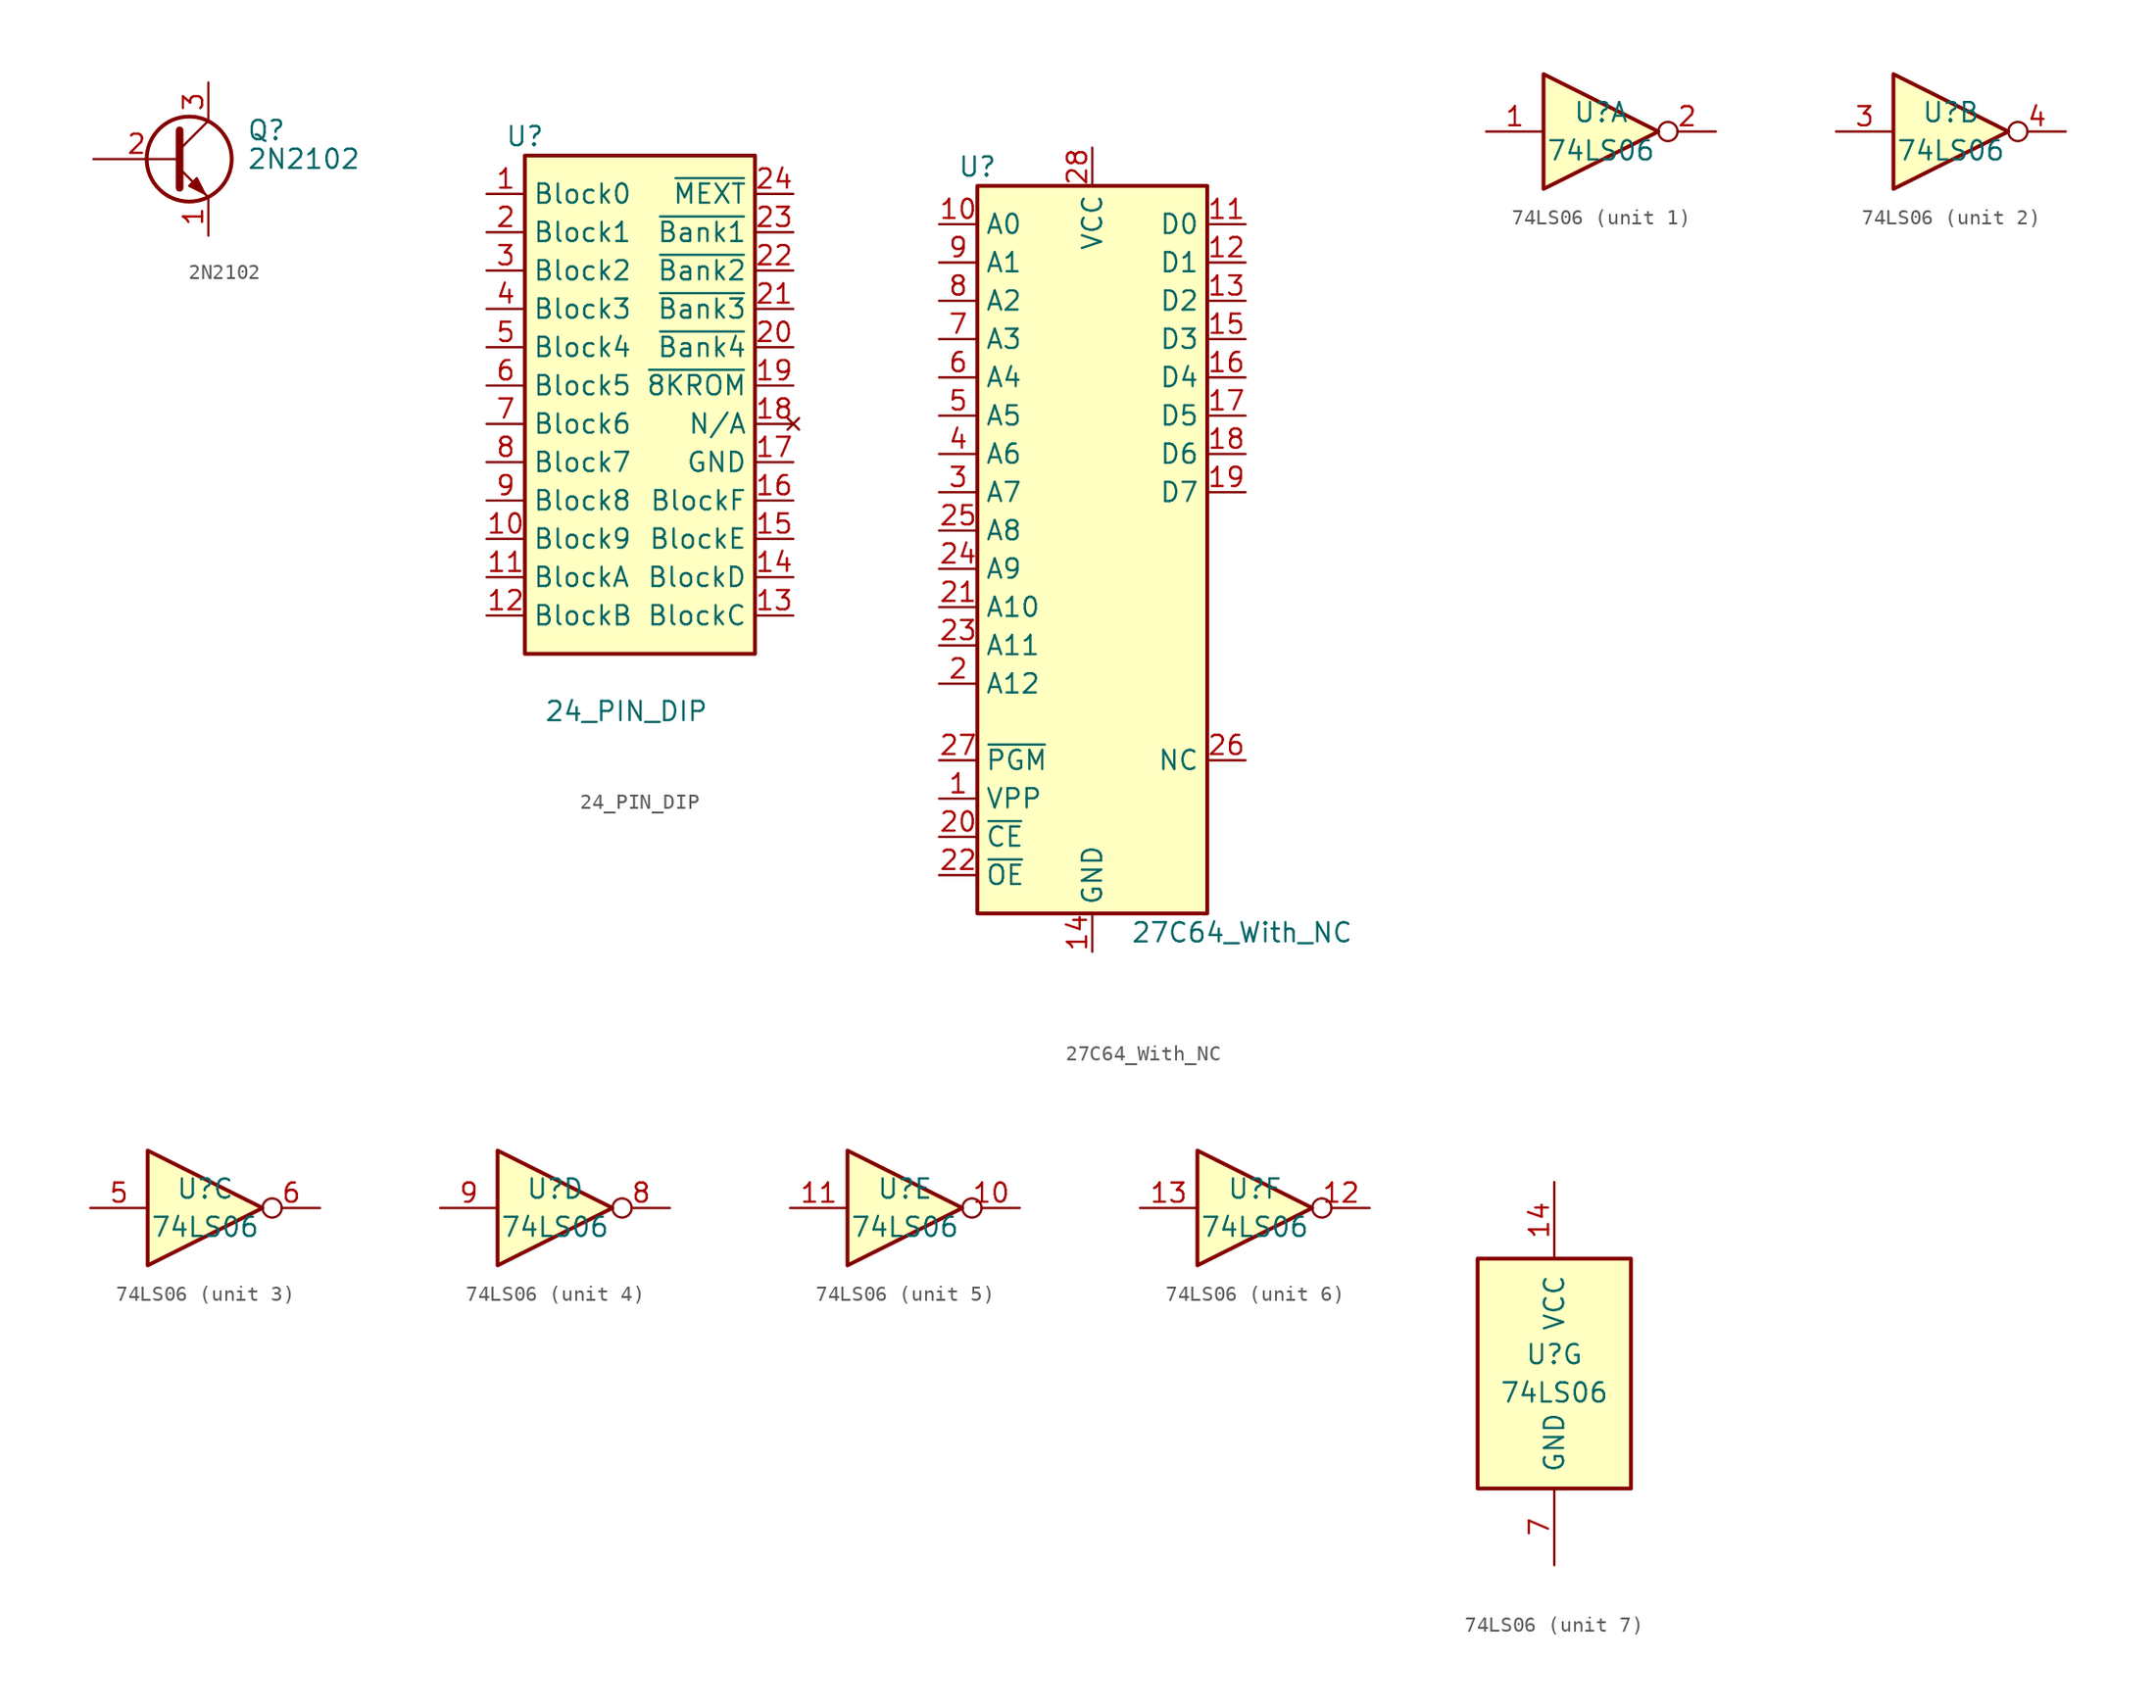
<source format=kicad_sym>
(kicad_symbol_lib
  (version 20220914)
  (generator kicad_symbol_editor)
  (symbol "2N2102"
    (pin_names
      (offset 0) hide)
    (property "Reference" "Q"
      (at 5.08 1.905 0)
      (effects (font (size 1.27 1.27)) (justify left)))
    (property "Value" "2N2102"
      (at 5.08 0 0)
      (effects (font (size 1.27 1.27)) (justify left)))
    (symbol "2N2102_0_1"
      (polyline (pts (xy 0.635 0.635) (xy 2.54 2.54)) (stroke (width 0) (type default)) (fill (type none)))
      (polyline (pts (xy 0.635 -0.635) (xy 2.54 -2.54) (xy 2.54 -2.54)) (stroke (width 0) (type default)) (fill (type none)))
      (polyline (pts (xy 0.635 1.905) (xy 0.635 -1.905) (xy 0.635 -1.905)) (stroke (width 0.508) (type default)) (fill (type none)))
      (polyline (pts (xy 1.27 -1.778) (xy 1.778 -1.27) (xy 2.286 -2.286) (xy 1.27 -1.778) (xy 1.27 -1.778)) (stroke (width 0) (type default)) (fill (type outline)))
      (circle (center 1.27 0) (radius 2.819) (stroke (width 0.254) (type default)) (fill (type none))))
    (symbol "2N2102_1_1"
      (pin passive line (at 2.54 -5.08 90) (length 2.54) (name "E" (effects (font (size 1.27 1.27)))) (number "1" (effects (font (size 1.27 1.27)))))
      (pin passive line (at -5.08 0 0) (length 5.715) (name "B" (effects (font (size 1.27 1.27)))) (number "2" (effects (font (size 1.27 1.27)))))
      (pin passive line (at 2.54 5.08 270) (length 2.54) (name "C" (effects (font (size 1.27 1.27)))) (number "3" (effects (font (size 1.27 1.27)))))))
  (symbol "24_PIN_DIP"
    (property "Reference" "U"
      (at -7.62 17.78 0)
      (effects (font (size 1.27 1.27))))
    (property "Value" "24_PIN_DIP"
      (at -6.35 -20.32 0)
      (effects (font (size 1.27 1.27)) (justify left)))
    (symbol "24_PIN_DIP_1_1"
      (rectangle (start -7.62 16.51) (end 7.62 -16.51) (stroke (width 0.254) (type default)) (fill (type background)))
      (pin input line (at -10.16 13.97 0) (length 2.54) (name "Block0" (effects (font (size 1.27 1.27)))) (number "1" (effects (font (size 1.27 1.27)))))
      (pin input line (at -10.16 -8.89 0) (length 2.54) (name "Block9" (effects (font (size 1.27 1.27)))) (number "10" (effects (font (size 1.27 1.27)))))
      (pin input line (at -10.16 -11.43 0) (length 2.54) (name "BlockA" (effects (font (size 1.27 1.27)))) (number "11" (effects (font (size 1.27 1.27)))))
      (pin input line (at -10.16 -13.97 0) (length 2.54) (name "BlockB" (effects (font (size 1.27 1.27)))) (number "12" (effects (font (size 1.27 1.27)))))
      (pin input line (at 10.16 -13.97 180) (length 2.54) (name "BlockC" (effects (font (size 1.27 1.27)))) (number "13" (effects (font (size 1.27 1.27)))))
      (pin input line (at 10.16 -11.43 180) (length 2.54) (name "BlockD" (effects (font (size 1.27 1.27)))) (number "14" (effects (font (size 1.27 1.27)))))
      (pin input line (at 10.16 -8.89 180) (length 2.54) (name "BlockE" (effects (font (size 1.27 1.27)))) (number "15" (effects (font (size 1.27 1.27)))))
      (pin input line (at 10.16 -6.35 180) (length 2.54) (name "BlockF" (effects (font (size 1.27 1.27)))) (number "16" (effects (font (size 1.27 1.27)))))
      (pin input line (at 10.16 -3.81 180) (length 2.54) (name "GND" (effects (font (size 1.27 1.27)))) (number "17" (effects (font (size 1.27 1.27)))))
      (pin no_connect line (at 10.16 -1.27 180) (length 2.54) (name "N/A" (effects (font (size 1.27 1.27)))) (number "18" (effects (font (size 1.27 1.27)))))
      (pin output line (at 10.16 1.27 180) (length 2.54) (name "~{8KROM}" (effects (font (size 1.27 1.27)))) (number "19" (effects (font (size 1.27 1.27)))))
      (pin input line (at -10.16 11.43 0) (length 2.54) (name "Block1" (effects (font (size 1.27 1.27)))) (number "2" (effects (font (size 1.27 1.27)))))
      (pin output line (at 10.16 3.81 180) (length 2.54) (name "~{Bank4}" (effects (font (size 1.27 1.27)))) (number "20" (effects (font (size 1.27 1.27)))))
      (pin output line (at 10.16 6.35 180) (length 2.54) (name "~{Bank3}" (effects (font (size 1.27 1.27)))) (number "21" (effects (font (size 1.27 1.27)))))
      (pin output line (at 10.16 8.89 180) (length 2.54) (name "~{Bank2}" (effects (font (size 1.27 1.27)))) (number "22" (effects (font (size 1.27 1.27)))))
      (pin output line (at 10.16 11.43 180) (length 2.54) (name "~{Bank1}" (effects (font (size 1.27 1.27)))) (number "23" (effects (font (size 1.27 1.27)))))
      (pin output line (at 10.16 13.97 180) (length 2.54) (name "~{MEXT}" (effects (font (size 1.27 1.27)))) (number "24" (effects (font (size 1.27 1.27)))))
      (pin input line (at -10.16 8.89 0) (length 2.54) (name "Block2" (effects (font (size 1.27 1.27)))) (number "3" (effects (font (size 1.27 1.27)))))
      (pin input line (at -10.16 6.35 0) (length 2.54) (name "Block3" (effects (font (size 1.27 1.27)))) (number "4" (effects (font (size 1.27 1.27)))))
      (pin input line (at -10.16 3.81 0) (length 2.54) (name "Block4" (effects (font (size 1.27 1.27)))) (number "5" (effects (font (size 1.27 1.27)))))
      (pin input line (at -10.16 1.27 0) (length 2.54) (name "Block5" (effects (font (size 1.27 1.27)))) (number "6" (effects (font (size 1.27 1.27)))))
      (pin input line (at -10.16 -1.27 0) (length 2.54) (name "Block6" (effects (font (size 1.27 1.27)))) (number "7" (effects (font (size 1.27 1.27)))))
      (pin input line (at -10.16 -3.81 0) (length 2.54) (name "Block7" (effects (font (size 1.27 1.27)))) (number "8" (effects (font (size 1.27 1.27)))))
      (pin input line (at -10.16 -6.35 0) (length 2.54) (name "Block8" (effects (font (size 1.27 1.27)))) (number "9" (effects (font (size 1.27 1.27)))))))
  (symbol "27C64_With_NC"
    (property "Reference" "U"
      (at -7.62 24.13 0)
      (effects (font (size 1.27 1.27))))
    (property "Value" "27C64_With_NC"
      (at 2.54 -26.67 0)
      (effects (font (size 1.27 1.27)) (justify left)))
    (symbol "27C64_With_NC_1_1"
      (rectangle (start -7.62 22.86) (end 7.62 -25.4) (stroke (width 0.254) (type default)) (fill (type background)))
      (pin input line (at -10.16 -17.78 0) (length 2.54) (name "VPP" (effects (font (size 1.27 1.27)))) (number "1" (effects (font (size 1.27 1.27)))))
      (pin input line (at -10.16 20.32 0) (length 2.54) (name "A0" (effects (font (size 1.27 1.27)))) (number "10" (effects (font (size 1.27 1.27)))))
      (pin tri_state line (at 10.16 20.32 180) (length 2.54) (name "D0" (effects (font (size 1.27 1.27)))) (number "11" (effects (font (size 1.27 1.27)))))
      (pin tri_state line (at 10.16 17.78 180) (length 2.54) (name "D1" (effects (font (size 1.27 1.27)))) (number "12" (effects (font (size 1.27 1.27)))))
      (pin tri_state line (at 10.16 15.24 180) (length 2.54) (name "D2" (effects (font (size 1.27 1.27)))) (number "13" (effects (font (size 1.27 1.27)))))
      (pin power_in line (at 0 -27.94 90) (length 2.54) (name "GND" (effects (font (size 1.27 1.27)))) (number "14" (effects (font (size 1.27 1.27)))))
      (pin tri_state line (at 10.16 12.7 180) (length 2.54) (name "D3" (effects (font (size 1.27 1.27)))) (number "15" (effects (font (size 1.27 1.27)))))
      (pin tri_state line (at 10.16 10.16 180) (length 2.54) (name "D4" (effects (font (size 1.27 1.27)))) (number "16" (effects (font (size 1.27 1.27)))))
      (pin tri_state line (at 10.16 7.62 180) (length 2.54) (name "D5" (effects (font (size 1.27 1.27)))) (number "17" (effects (font (size 1.27 1.27)))))
      (pin tri_state line (at 10.16 5.08 180) (length 2.54) (name "D6" (effects (font (size 1.27 1.27)))) (number "18" (effects (font (size 1.27 1.27)))))
      (pin tri_state line (at 10.16 2.54 180) (length 2.54) (name "D7" (effects (font (size 1.27 1.27)))) (number "19" (effects (font (size 1.27 1.27)))))
      (pin input line (at -10.16 -10.16 0) (length 2.54) (name "A12" (effects (font (size 1.27 1.27)))) (number "2" (effects (font (size 1.27 1.27)))))
      (pin input line (at -10.16 -20.32 0) (length 2.54) (name "~{CE}" (effects (font (size 1.27 1.27)))) (number "20" (effects (font (size 1.27 1.27)))))
      (pin input line (at -10.16 -5.08 0) (length 2.54) (name "A10" (effects (font (size 1.27 1.27)))) (number "21" (effects (font (size 1.27 1.27)))))
      (pin input line (at -10.16 -22.86 0) (length 2.54) (name "~{OE}" (effects (font (size 1.27 1.27)))) (number "22" (effects (font (size 1.27 1.27)))))
      (pin input line (at -10.16 -7.62 0) (length 2.54) (name "A11" (effects (font (size 1.27 1.27)))) (number "23" (effects (font (size 1.27 1.27)))))
      (pin input line (at -10.16 -2.54 0) (length 2.54) (name "A9" (effects (font (size 1.27 1.27)))) (number "24" (effects (font (size 1.27 1.27)))))
      (pin input line (at -10.16 0 0) (length 2.54) (name "A8" (effects (font (size 1.27 1.27)))) (number "25" (effects (font (size 1.27 1.27)))))
      (pin no_connect line (at 7.62 0 180) (length 2.54) hide (name "NC" (effects (font (size 1.27 1.27)))) (number "26" (effects (font (size 1.27 1.27)))))
      (pin input line (at 10.16 -15.24 180) (length 2.54) (name "NC" (effects (font (size 1.27 1.27)))) (number "26" (effects (font (size 1.27 1.27)))))
      (pin input line (at -10.16 -15.24 0) (length 2.54) (name "~{PGM}" (effects (font (size 1.27 1.27)))) (number "27" (effects (font (size 1.27 1.27)))))
      (pin power_in line (at 0 25.4 270) (length 2.54) (name "VCC" (effects (font (size 1.27 1.27)))) (number "28" (effects (font (size 1.27 1.27)))))
      (pin input line (at -10.16 2.54 0) (length 2.54) (name "A7" (effects (font (size 1.27 1.27)))) (number "3" (effects (font (size 1.27 1.27)))))
      (pin input line (at -10.16 5.08 0) (length 2.54) (name "A6" (effects (font (size 1.27 1.27)))) (number "4" (effects (font (size 1.27 1.27)))))
      (pin input line (at -10.16 7.62 0) (length 2.54) (name "A5" (effects (font (size 1.27 1.27)))) (number "5" (effects (font (size 1.27 1.27)))))
      (pin input line (at -10.16 10.16 0) (length 2.54) (name "A4" (effects (font (size 1.27 1.27)))) (number "6" (effects (font (size 1.27 1.27)))))
      (pin input line (at -10.16 12.7 0) (length 2.54) (name "A3" (effects (font (size 1.27 1.27)))) (number "7" (effects (font (size 1.27 1.27)))))
      (pin input line (at -10.16 15.24 0) (length 2.54) (name "A2" (effects (font (size 1.27 1.27)))) (number "8" (effects (font (size 1.27 1.27)))))
      (pin input line (at -10.16 17.78 0) (length 2.54) (name "A1" (effects (font (size 1.27 1.27)))) (number "9" (effects (font (size 1.27 1.27)))))))
  (symbol "74LS06"
    (pin_names
      (offset 1.016))
    (property "Reference" "U"
      (at 0 1.27 0)
      (effects (font (size 1.27 1.27))))
    (property "Value" "74LS06"
      (at 0 -1.27 0)
      (effects (font (size 1.27 1.27))))
    (property "ki_locked" ""
      (at 0 0 0)
      (effects (font (size 1.27 1.27))))
    (symbol "74LS06_1_0"
      (polyline (pts (xy -3.81 3.81) (xy -3.81 -3.81) (xy 3.81 0) (xy -3.81 3.81)) (stroke (width 0.254) (type default)) (fill (type background)))
      (pin input line (at -7.62 0 0) (length 3.81) (name "~" (effects (font (size 1.27 1.27)))) (number "1" (effects (font (size 1.27 1.27)))))
      (pin open_collector inverted (at 7.62 0 180) (length 3.81) (name "~" (effects (font (size 1.27 1.27)))) (number "2" (effects (font (size 1.27 1.27))))))
    (symbol "74LS06_2_0"
      (polyline (pts (xy -3.81 3.81) (xy -3.81 -3.81) (xy 3.81 0) (xy -3.81 3.81)) (stroke (width 0.254) (type default)) (fill (type background)))
      (pin input line (at -7.62 0 0) (length 3.81) (name "~" (effects (font (size 1.27 1.27)))) (number "3" (effects (font (size 1.27 1.27)))))
      (pin open_collector inverted (at 7.62 0 180) (length 3.81) (name "~" (effects (font (size 1.27 1.27)))) (number "4" (effects (font (size 1.27 1.27))))))
    (symbol "74LS06_3_0"
      (polyline (pts (xy -3.81 3.81) (xy -3.81 -3.81) (xy 3.81 0) (xy -3.81 3.81)) (stroke (width 0.254) (type default)) (fill (type background)))
      (pin input line (at -7.62 0 0) (length 3.81) (name "~" (effects (font (size 1.27 1.27)))) (number "5" (effects (font (size 1.27 1.27)))))
      (pin open_collector inverted (at 7.62 0 180) (length 3.81) (name "~" (effects (font (size 1.27 1.27)))) (number "6" (effects (font (size 1.27 1.27))))))
    (symbol "74LS06_4_0"
      (polyline (pts (xy -3.81 3.81) (xy -3.81 -3.81) (xy 3.81 0) (xy -3.81 3.81)) (stroke (width 0.254) (type default)) (fill (type background)))
      (pin open_collector inverted (at 7.62 0 180) (length 3.81) (name "~" (effects (font (size 1.27 1.27)))) (number "8" (effects (font (size 1.27 1.27)))))
      (pin input line (at -7.62 0 0) (length 3.81) (name "~" (effects (font (size 1.27 1.27)))) (number "9" (effects (font (size 1.27 1.27))))))
    (symbol "74LS06_5_0"
      (polyline (pts (xy -3.81 3.81) (xy -3.81 -3.81) (xy 3.81 0) (xy -3.81 3.81)) (stroke (width 0.254) (type default)) (fill (type background)))
      (pin open_collector inverted (at 7.62 0 180) (length 3.81) (name "~" (effects (font (size 1.27 1.27)))) (number "10" (effects (font (size 1.27 1.27)))))
      (pin input line (at -7.62 0 0) (length 3.81) (name "~" (effects (font (size 1.27 1.27)))) (number "11" (effects (font (size 1.27 1.27))))))
    (symbol "74LS06_6_0"
      (polyline (pts (xy -3.81 3.81) (xy -3.81 -3.81) (xy 3.81 0) (xy -3.81 3.81)) (stroke (width 0.254) (type default)) (fill (type background)))
      (pin open_collector inverted (at 7.62 0 180) (length 3.81) (name "~" (effects (font (size 1.27 1.27)))) (number "12" (effects (font (size 1.27 1.27)))))
      (pin input line (at -7.62 0 0) (length 3.81) (name "~" (effects (font (size 1.27 1.27)))) (number "13" (effects (font (size 1.27 1.27))))))
    (symbol "74LS06_7_0"
      (pin power_in line (at 0 12.7 270) (length 5.08) (name "VCC" (effects (font (size 1.27 1.27)))) (number "14" (effects (font (size 1.27 1.27)))))
      (pin power_in line (at 0 -12.7 90) (length 5.08) (name "GND" (effects (font (size 1.27 1.27)))) (number "7" (effects (font (size 1.27 1.27))))))
    (symbol "74LS06_7_1"
      (rectangle (start -5.08 7.62) (end 5.08 -7.62) (stroke (width 0.254) (type default)) (fill (type background))))))
</source>
